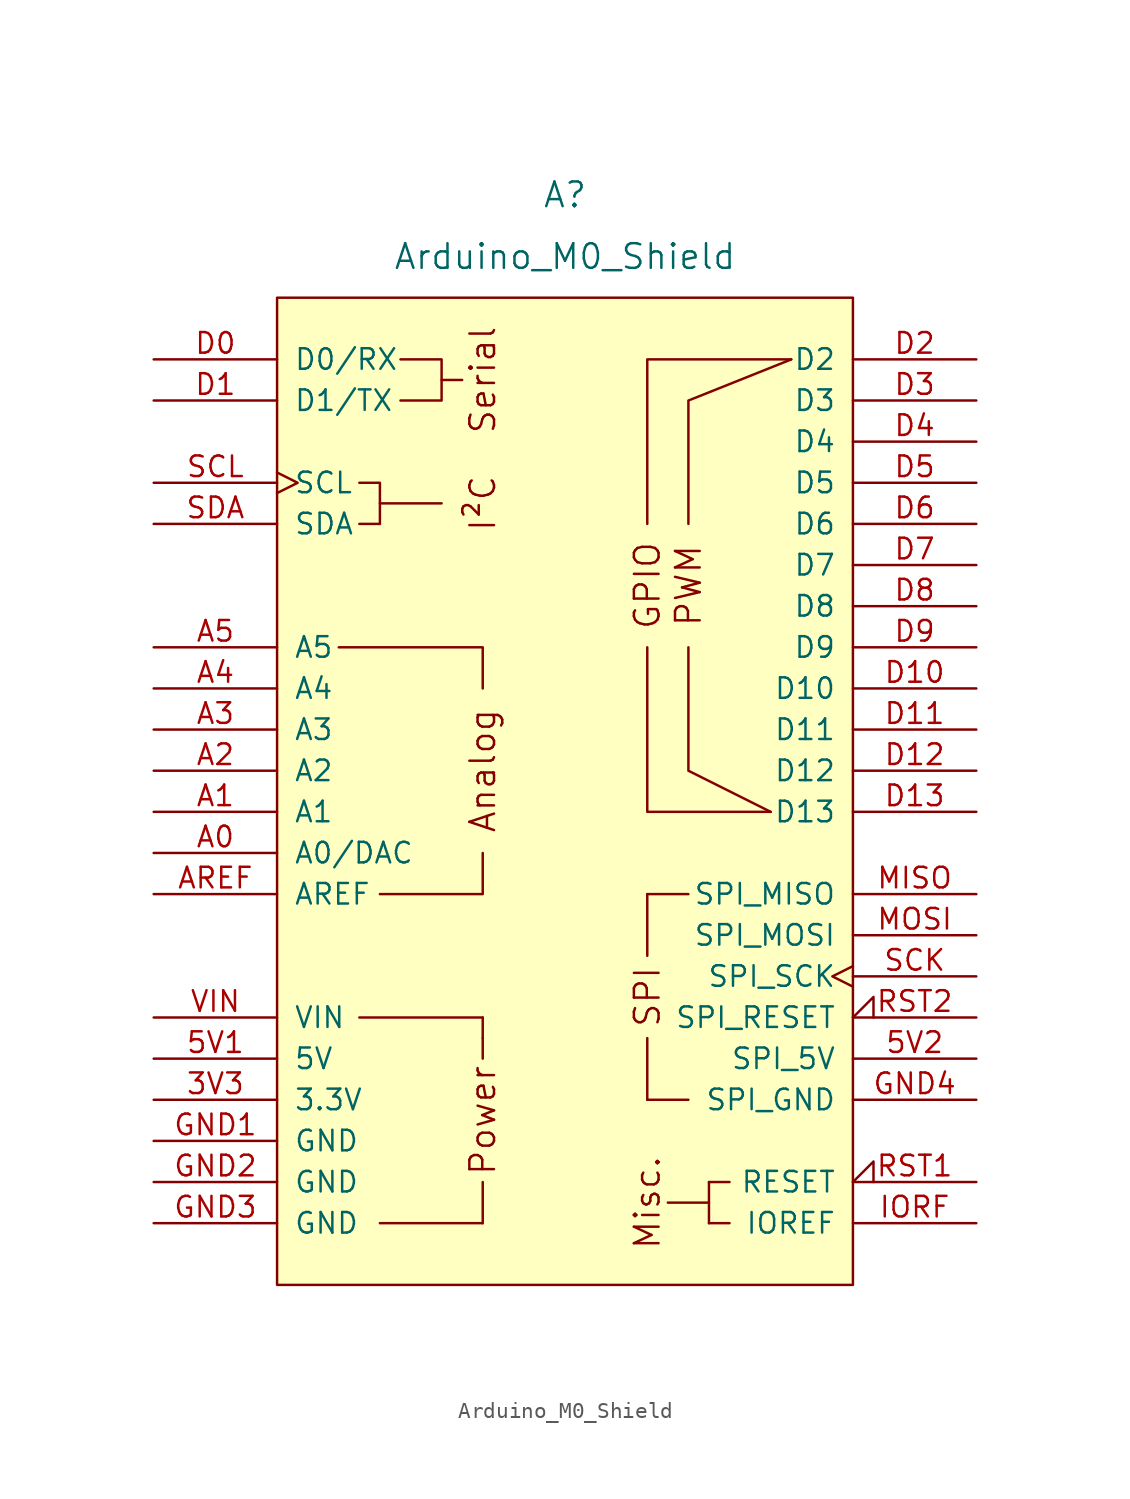
<source format=kicad_sym>
(kicad_symbol_lib
  (version 20211014)
  (generator kicad_symbol_editor)
  (symbol "Arduino_M0_Shield"
    (pin_names
      (offset 1.016))
    (property "Reference" "A"
      (at 0 36.83 0)
      (effects (font (size 1.524 1.524))))
    (property "Value" "Arduino_M0_Shield"
      (at 0 33.02 0)
      (effects (font (size 1.524 1.524))))
    (symbol "Arduino_M0_Shield_0_0"
      (rectangle (start -17.78 30.48) (end 17.78 -30.48) (stroke (width 0) (type default) (color 0 0 0 0)) (fill (type background)))
      (rectangle (start -12.7 -13.97) (end -5.08 -13.97) (stroke (width 0) (type default) (color 0 0 0 0)) (fill (type none)))
      (rectangle (start -11.43 -26.67) (end -5.08 -26.67) (stroke (width 0) (type default) (color 0 0 0 0)) (fill (type none)))
      (polyline (pts (xy -11.43 17.78) (xy -7.62 17.78)) (stroke (width 0) (type default) (color 0 0 0 0)) (fill (type none)))
      (polyline (pts (xy -7.62 25.4) (xy -6.35 25.4)) (stroke (width 0) (type default) (color 0 0 0 0)) (fill (type none)))
      (polyline (pts (xy -5.08 -26.67) (xy -5.08 -24.13)) (stroke (width 0) (type default) (color 0 0 0 0)) (fill (type none)))
      (polyline (pts (xy -5.08 -15.24) (xy -5.08 -16.51)) (stroke (width 0) (type default) (color 0 0 0 0)) (fill (type none)))
      (polyline (pts (xy -5.08 -13.97) (xy -5.08 -15.24)) (stroke (width 0) (type default) (color 0 0 0 0)) (fill (type none)))
      (polyline (pts (xy -5.08 -3.81) (xy -5.08 -6.35) (xy -11.43 -6.35)) (stroke (width 0) (type default) (color 0 0 0 0)) (fill (type none)))
      (polyline (pts (xy -5.08 6.35) (xy -5.08 8.89) (xy -13.97 8.89)) (stroke (width 0) (type default) (color 0 0 0 0)) (fill (type none)))
      (polyline (pts (xy 5.08 8.89) (xy 5.08 -1.27) (xy 12.7 -1.27)) (stroke (width 0) (type default) (color 0 0 0 0)) (fill (type none)))
      (polyline (pts (xy 5.08 16.51) (xy 5.08 26.67) (xy 13.97 26.67)) (stroke (width 0) (type default) (color 0 0 0 0)) (fill (type none)))
      (polyline (pts (xy 7.62 8.89) (xy 7.62 1.27) (xy 12.7 -1.27)) (stroke (width 0) (type default) (color 0 0 0 0)) (fill (type none)))
      (polyline (pts (xy 7.62 16.51) (xy 7.62 24.13) (xy 13.97 26.67)) (stroke (width 0) (type default) (color 0 0 0 0)) (fill (type none)))
      (polyline (pts (xy -12.7 19.05) (xy -11.43 19.05) (xy -11.43 16.51) (xy -12.7 16.51)) (stroke (width 0) (type default) (color 0 0 0 0)) (fill (type none)))
      (polyline (pts (xy -10.16 26.67) (xy -7.62 26.67) (xy -7.62 24.13) (xy -10.16 24.13)) (stroke (width 0) (type default) (color 0 0 0 0)) (fill (type none)))
      (rectangle (start 5.08 -19.05) (end 5.08 -15.24) (stroke (width 0) (type default) (color 0 0 0 0)) (fill (type none)))
      (rectangle (start 5.08 -19.05) (end 7.62 -19.05) (stroke (width 0) (type default) (color 0 0 0 0)) (fill (type none)))
      (rectangle (start 5.08 -10.16) (end 5.08 -6.35) (stroke (width 0) (type default) (color 0 0 0 0)) (fill (type none)))
      (rectangle (start 7.62 -6.35) (end 5.08 -6.35) (stroke (width 0) (type default) (color 0 0 0 0)) (fill (type none)))
      (rectangle (start 8.89 -25.4) (end 6.35 -25.4) (stroke (width 0) (type default) (color 0 0 0 0)) (fill (type none)))
      (rectangle (start 8.89 -24.13) (end 8.89 -26.67) (stroke (width 0) (type default) (color 0 0 0 0)) (fill (type none)))
      (rectangle (start 10.16 -26.67) (end 8.89 -26.67) (stroke (width 0) (type default) (color 0 0 0 0)) (fill (type none)))
      (rectangle (start 10.16 -24.13) (end 8.89 -24.13) (stroke (width 0) (type default) (color 0 0 0 0)) (fill (type none)))
      (text "Analog" (at -5.08 1.27 900) (effects (font (size 1.524 1.524))))
      (text "I²C" (at -5.08 17.78 900) (effects (font (size 1.524 1.524))))
      (text "Misc." (at 5.08 -25.4 900) (effects (font (size 1.524 1.524))))
      (text "Power" (at -5.08 -20.32 900) (effects (font (size 1.524 1.524))))
      (text "PWM" (at 7.62 12.7 900) (effects (font (size 1.524 1.524))))
      (text "Serial" (at -5.08 25.4 900) (effects (font (size 1.524 1.524))))
      (text "SPI" (at 5.08 -12.7 900) (effects (font (size 1.524 1.524)))))
    (symbol "Arduino_M0_Shield_1_0"
      (text "GPIO" (at 5.08 12.7 900) (effects (font (size 1.524 1.524)))))
    (symbol "Arduino_M0_Shield_1_1"
      (pin power_in line (at -25.4 -19.05 0) (length 7.62) (name "3.3V" (effects (font (size 1.27 1.27)))) (number "3V3" (effects (font (size 1.27 1.27)))))
      (pin power_in line (at -25.4 -16.51 0) (length 7.62) (name "5V" (effects (font (size 1.27 1.27)))) (number "5V1" (effects (font (size 1.27 1.27)))))
      (pin power_in line (at 25.4 -16.51 180) (length 7.62) (name "SPI_5V" (effects (font (size 1.27 1.27)))) (number "5V2" (effects (font (size 1.27 1.27)))))
      (pin bidirectional line (at -25.4 -3.81 0) (length 7.62) (name "A0/DAC" (effects (font (size 1.27 1.27)))) (number "A0" (effects (font (size 1.27 1.27)))))
      (pin bidirectional line (at -25.4 -1.27 0) (length 7.62) (name "A1" (effects (font (size 1.27 1.27)))) (number "A1" (effects (font (size 1.27 1.27)))))
      (pin bidirectional line (at -25.4 1.27 0) (length 7.62) (name "A2" (effects (font (size 1.27 1.27)))) (number "A2" (effects (font (size 1.27 1.27)))))
      (pin bidirectional line (at -25.4 3.81 0) (length 7.62) (name "A3" (effects (font (size 1.27 1.27)))) (number "A3" (effects (font (size 1.27 1.27)))))
      (pin bidirectional line (at -25.4 6.35 0) (length 7.62) (name "A4" (effects (font (size 1.27 1.27)))) (number "A4" (effects (font (size 1.27 1.27)))))
      (pin bidirectional line (at -25.4 8.89 0) (length 7.62) (name "A5" (effects (font (size 1.27 1.27)))) (number "A5" (effects (font (size 1.27 1.27)))))
      (pin input line (at -25.4 -6.35 0) (length 7.62) (name "AREF" (effects (font (size 1.27 1.27)))) (number "AREF" (effects (font (size 1.27 1.27)))))
      (pin bidirectional line (at -25.4 26.67 0) (length 7.62) (name "D0/RX" (effects (font (size 1.27 1.27)))) (number "D0" (effects (font (size 1.27 1.27)))))
      (pin bidirectional line (at -25.4 24.13 0) (length 7.62) (name "D1/TX" (effects (font (size 1.27 1.27)))) (number "D1" (effects (font (size 1.27 1.27)))))
      (pin bidirectional line (at 25.4 6.35 180) (length 7.62) (name "D10" (effects (font (size 1.27 1.27)))) (number "D10" (effects (font (size 1.27 1.27)))))
      (pin bidirectional line (at 25.4 3.81 180) (length 7.62) (name "D11" (effects (font (size 1.27 1.27)))) (number "D11" (effects (font (size 1.27 1.27)))))
      (pin bidirectional line (at 25.4 1.27 180) (length 7.62) (name "D12" (effects (font (size 1.27 1.27)))) (number "D12" (effects (font (size 1.27 1.27)))))
      (pin bidirectional line (at 25.4 -1.27 180) (length 7.62) (name "D13" (effects (font (size 1.27 1.27)))) (number "D13" (effects (font (size 1.27 1.27)))))
      (pin bidirectional line (at 25.4 26.67 180) (length 7.62) (name "D2" (effects (font (size 1.27 1.27)))) (number "D2" (effects (font (size 1.27 1.27)))))
      (pin bidirectional line (at 25.4 24.13 180) (length 7.62) (name "D3" (effects (font (size 1.27 1.27)))) (number "D3" (effects (font (size 1.27 1.27)))))
      (pin bidirectional line (at 25.4 21.59 180) (length 7.62) (name "D4" (effects (font (size 1.27 1.27)))) (number "D4" (effects (font (size 1.27 1.27)))))
      (pin bidirectional line (at 25.4 19.05 180) (length 7.62) (name "D5" (effects (font (size 1.27 1.27)))) (number "D5" (effects (font (size 1.27 1.27)))))
      (pin bidirectional line (at 25.4 16.51 180) (length 7.62) (name "D6" (effects (font (size 1.27 1.27)))) (number "D6" (effects (font (size 1.27 1.27)))))
      (pin bidirectional line (at 25.4 13.97 180) (length 7.62) (name "D7" (effects (font (size 1.27 1.27)))) (number "D7" (effects (font (size 1.27 1.27)))))
      (pin bidirectional line (at 25.4 11.43 180) (length 7.62) (name "D8" (effects (font (size 1.27 1.27)))) (number "D8" (effects (font (size 1.27 1.27)))))
      (pin bidirectional line (at 25.4 8.89 180) (length 7.62) (name "D9" (effects (font (size 1.27 1.27)))) (number "D9" (effects (font (size 1.27 1.27)))))
      (pin power_in line (at -25.4 -21.59 0) (length 7.62) (name "GND" (effects (font (size 1.27 1.27)))) (number "GND1" (effects (font (size 1.27 1.27)))))
      (pin power_in line (at -25.4 -24.13 0) (length 7.62) (name "GND" (effects (font (size 1.27 1.27)))) (number "GND2" (effects (font (size 1.27 1.27)))))
      (pin power_in line (at -25.4 -26.67 0) (length 7.62) (name "GND" (effects (font (size 1.27 1.27)))) (number "GND3" (effects (font (size 1.27 1.27)))))
      (pin power_in line (at 25.4 -19.05 180) (length 7.62) (name "SPI_GND" (effects (font (size 1.27 1.27)))) (number "GND4" (effects (font (size 1.27 1.27)))))
      (pin output line (at 25.4 -26.67 180) (length 7.62) (name "IOREF" (effects (font (size 1.27 1.27)))) (number "IORF" (effects (font (size 1.27 1.27)))))
      (pin input line (at 25.4 -6.35 180) (length 7.62) (name "SPI_MISO" (effects (font (size 1.27 1.27)))) (number "MISO" (effects (font (size 1.27 1.27)))))
      (pin output line (at 25.4 -8.89 180) (length 7.62) (name "SPI_MOSI" (effects (font (size 1.27 1.27)))) (number "MOSI" (effects (font (size 1.27 1.27)))))
      (pin open_collector input_low (at 25.4 -24.13 180) (length 7.62) (name "RESET" (effects (font (size 1.27 1.27)))) (number "RST1" (effects (font (size 1.27 1.27)))))
      (pin open_collector input_low (at 25.4 -13.97 180) (length 7.62) (name "SPI_RESET" (effects (font (size 1.27 1.27)))) (number "RST2" (effects (font (size 1.27 1.27)))))
      (pin output clock (at 25.4 -11.43 180) (length 7.62) (name "SPI_SCK" (effects (font (size 1.27 1.27)))) (number "SCK" (effects (font (size 1.27 1.27)))))
      (pin bidirectional clock (at -25.4 19.05 0) (length 7.62) (name "SCL" (effects (font (size 1.27 1.27)))) (number "SCL" (effects (font (size 1.27 1.27)))))
      (pin bidirectional line (at -25.4 16.51 0) (length 7.62) (name "SDA" (effects (font (size 1.27 1.27)))) (number "SDA" (effects (font (size 1.27 1.27)))))
      (pin power_in line (at -25.4 -13.97 0) (length 7.62) (name "VIN" (effects (font (size 1.27 1.27)))) (number "VIN" (effects (font (size 1.27 1.27))))))))
</source>
